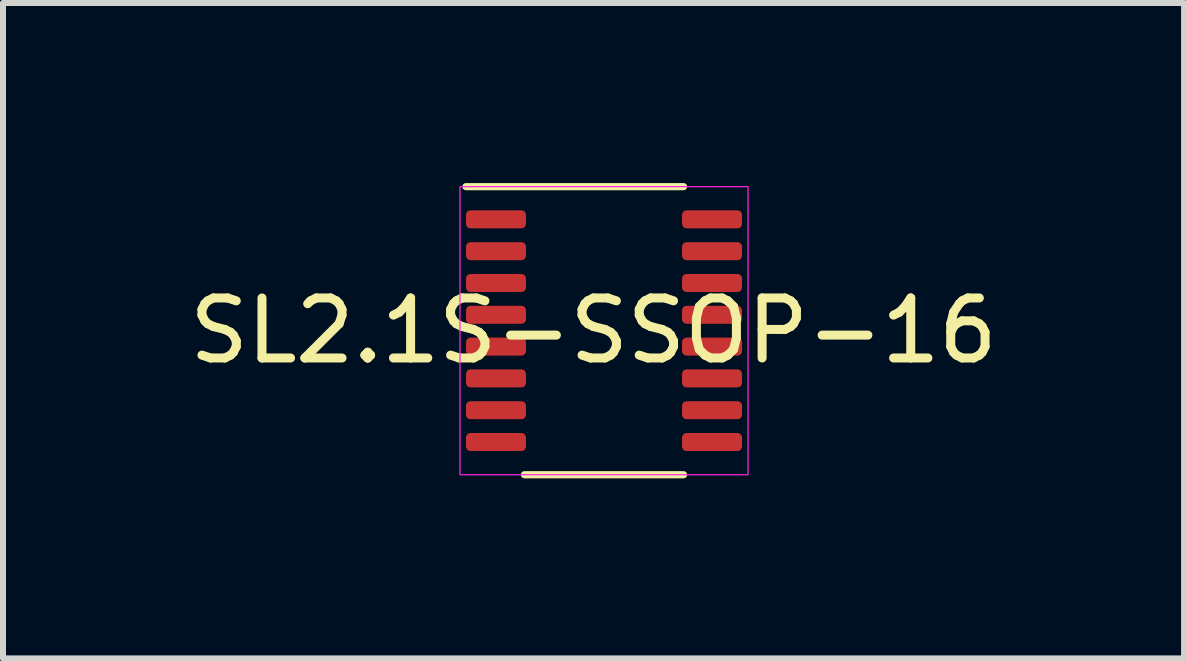
<source format=kicad_pcb>
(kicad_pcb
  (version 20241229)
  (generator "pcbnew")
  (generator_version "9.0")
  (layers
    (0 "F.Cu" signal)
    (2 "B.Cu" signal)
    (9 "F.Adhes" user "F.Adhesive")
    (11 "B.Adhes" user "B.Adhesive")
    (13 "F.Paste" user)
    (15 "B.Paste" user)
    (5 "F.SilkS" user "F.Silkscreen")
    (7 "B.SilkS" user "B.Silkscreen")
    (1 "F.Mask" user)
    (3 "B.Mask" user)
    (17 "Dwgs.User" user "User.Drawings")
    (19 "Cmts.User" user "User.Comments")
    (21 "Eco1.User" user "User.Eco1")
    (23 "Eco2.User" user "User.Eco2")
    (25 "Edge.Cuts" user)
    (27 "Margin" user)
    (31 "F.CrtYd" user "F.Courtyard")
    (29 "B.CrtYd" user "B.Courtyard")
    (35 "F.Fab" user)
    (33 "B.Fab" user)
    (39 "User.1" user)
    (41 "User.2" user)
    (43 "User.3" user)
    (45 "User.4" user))
  (footprint "SL2.1S-SSOP-16"
    (layer "F.Cu")
    (at 7.014 2.46)
    (property "Reference" "SL2.1S-SSOP-16" (at -0.175 0 0) (unlocked yes) (layer "F.SilkS") (effects (font (size 1 1) (thickness 0.15))))
    (attr smd)
    (fp_line (start -2.3 -2.4) (end 1.325 -2.4) (stroke (width 0.12) (type solid)) (layer "F.SilkS"))
    (fp_line (start -1.325 2.4) (end 1.325 2.4) (stroke (width 0.12) (type solid)) (layer "F.SilkS"))
    (fp_rect (start -2.4 -2.4) (end 2.4 2.4) (stroke (width 0.02) (type solid)) (fill no) (layer "F.CrtYd"))
    (pad "1" smd roundrect (at -1.8 -1.855) (size 1 0.3) (layers "F.Cu" "F.Mask" "F.Paste") (roundrect_rratio 0.25))
    (pad "2" smd roundrect (at -1.8 -1.325) (size 1 0.3) (layers "F.Cu" "F.Mask" "F.Paste") (roundrect_rratio 0.25))
    (pad "3" smd roundrect (at -1.8 -0.795) (size 1 0.3) (layers "F.Cu" "F.Mask" "F.Paste") (roundrect_rratio 0.25))
    (pad "4" smd roundrect (at -1.8 -0.265) (size 1 0.3) (layers "F.Cu" "F.Mask" "F.Paste") (roundrect_rratio 0.25))
    (pad "5" smd roundrect (at -1.8 0.265) (size 1 0.3) (layers "F.Cu" "F.Mask" "F.Paste") (roundrect_rratio 0.25))
    (pad "6" smd roundrect (at -1.8 0.795) (size 1 0.3) (layers "F.Cu" "F.Mask" "F.Paste") (roundrect_rratio 0.25))
    (pad "7" smd roundrect (at -1.8 1.325) (size 1 0.3) (layers "F.Cu" "F.Mask" "F.Paste") (roundrect_rratio 0.25))
    (pad "8" smd roundrect (at -1.8 1.855) (size 1 0.3) (layers "F.Cu" "F.Mask" "F.Paste") (roundrect_rratio 0.25))
    (pad "9" smd roundrect (at 1.8 1.855) (size 1 0.3) (layers "F.Cu" "F.Mask" "F.Paste") (roundrect_rratio 0.25))
    (pad "10" smd roundrect (at 1.8 1.325) (size 1 0.3) (layers "F.Cu" "F.Mask" "F.Paste") (roundrect_rratio 0.25))
    (pad "11" smd roundrect (at 1.8 0.795) (size 1 0.3) (layers "F.Cu" "F.Mask" "F.Paste") (roundrect_rratio 0.25))
    (pad "12" smd roundrect (at 1.8 0.265) (size 1 0.3) (layers "F.Cu" "F.Mask" "F.Paste") (roundrect_rratio 0.25))
    (pad "13" smd roundrect (at 1.8 -0.265) (size 1 0.3) (layers "F.Cu" "F.Mask" "F.Paste") (roundrect_rratio 0.25))
    (pad "14" smd roundrect (at 1.8 -0.795) (size 1 0.3) (layers "F.Cu" "F.Mask" "F.Paste") (roundrect_rratio 0.25))
    (pad "15" smd roundrect (at 1.8 -1.325) (size 1 0.3) (layers "F.Cu" "F.Mask" "F.Paste") (roundrect_rratio 0.25))
    (pad "16" smd roundrect (at 1.8 -1.855) (size 1 0.3) (layers "F.Cu" "F.Mask" "F.Paste") (roundrect_rratio 0.25)))
  (gr_rect
    (start -3 -3)
    (end 16.679 7.92)
    (stroke (width 0.1) (type default))
    (fill no)
    (layer "Edge.Cuts")))
</source>
